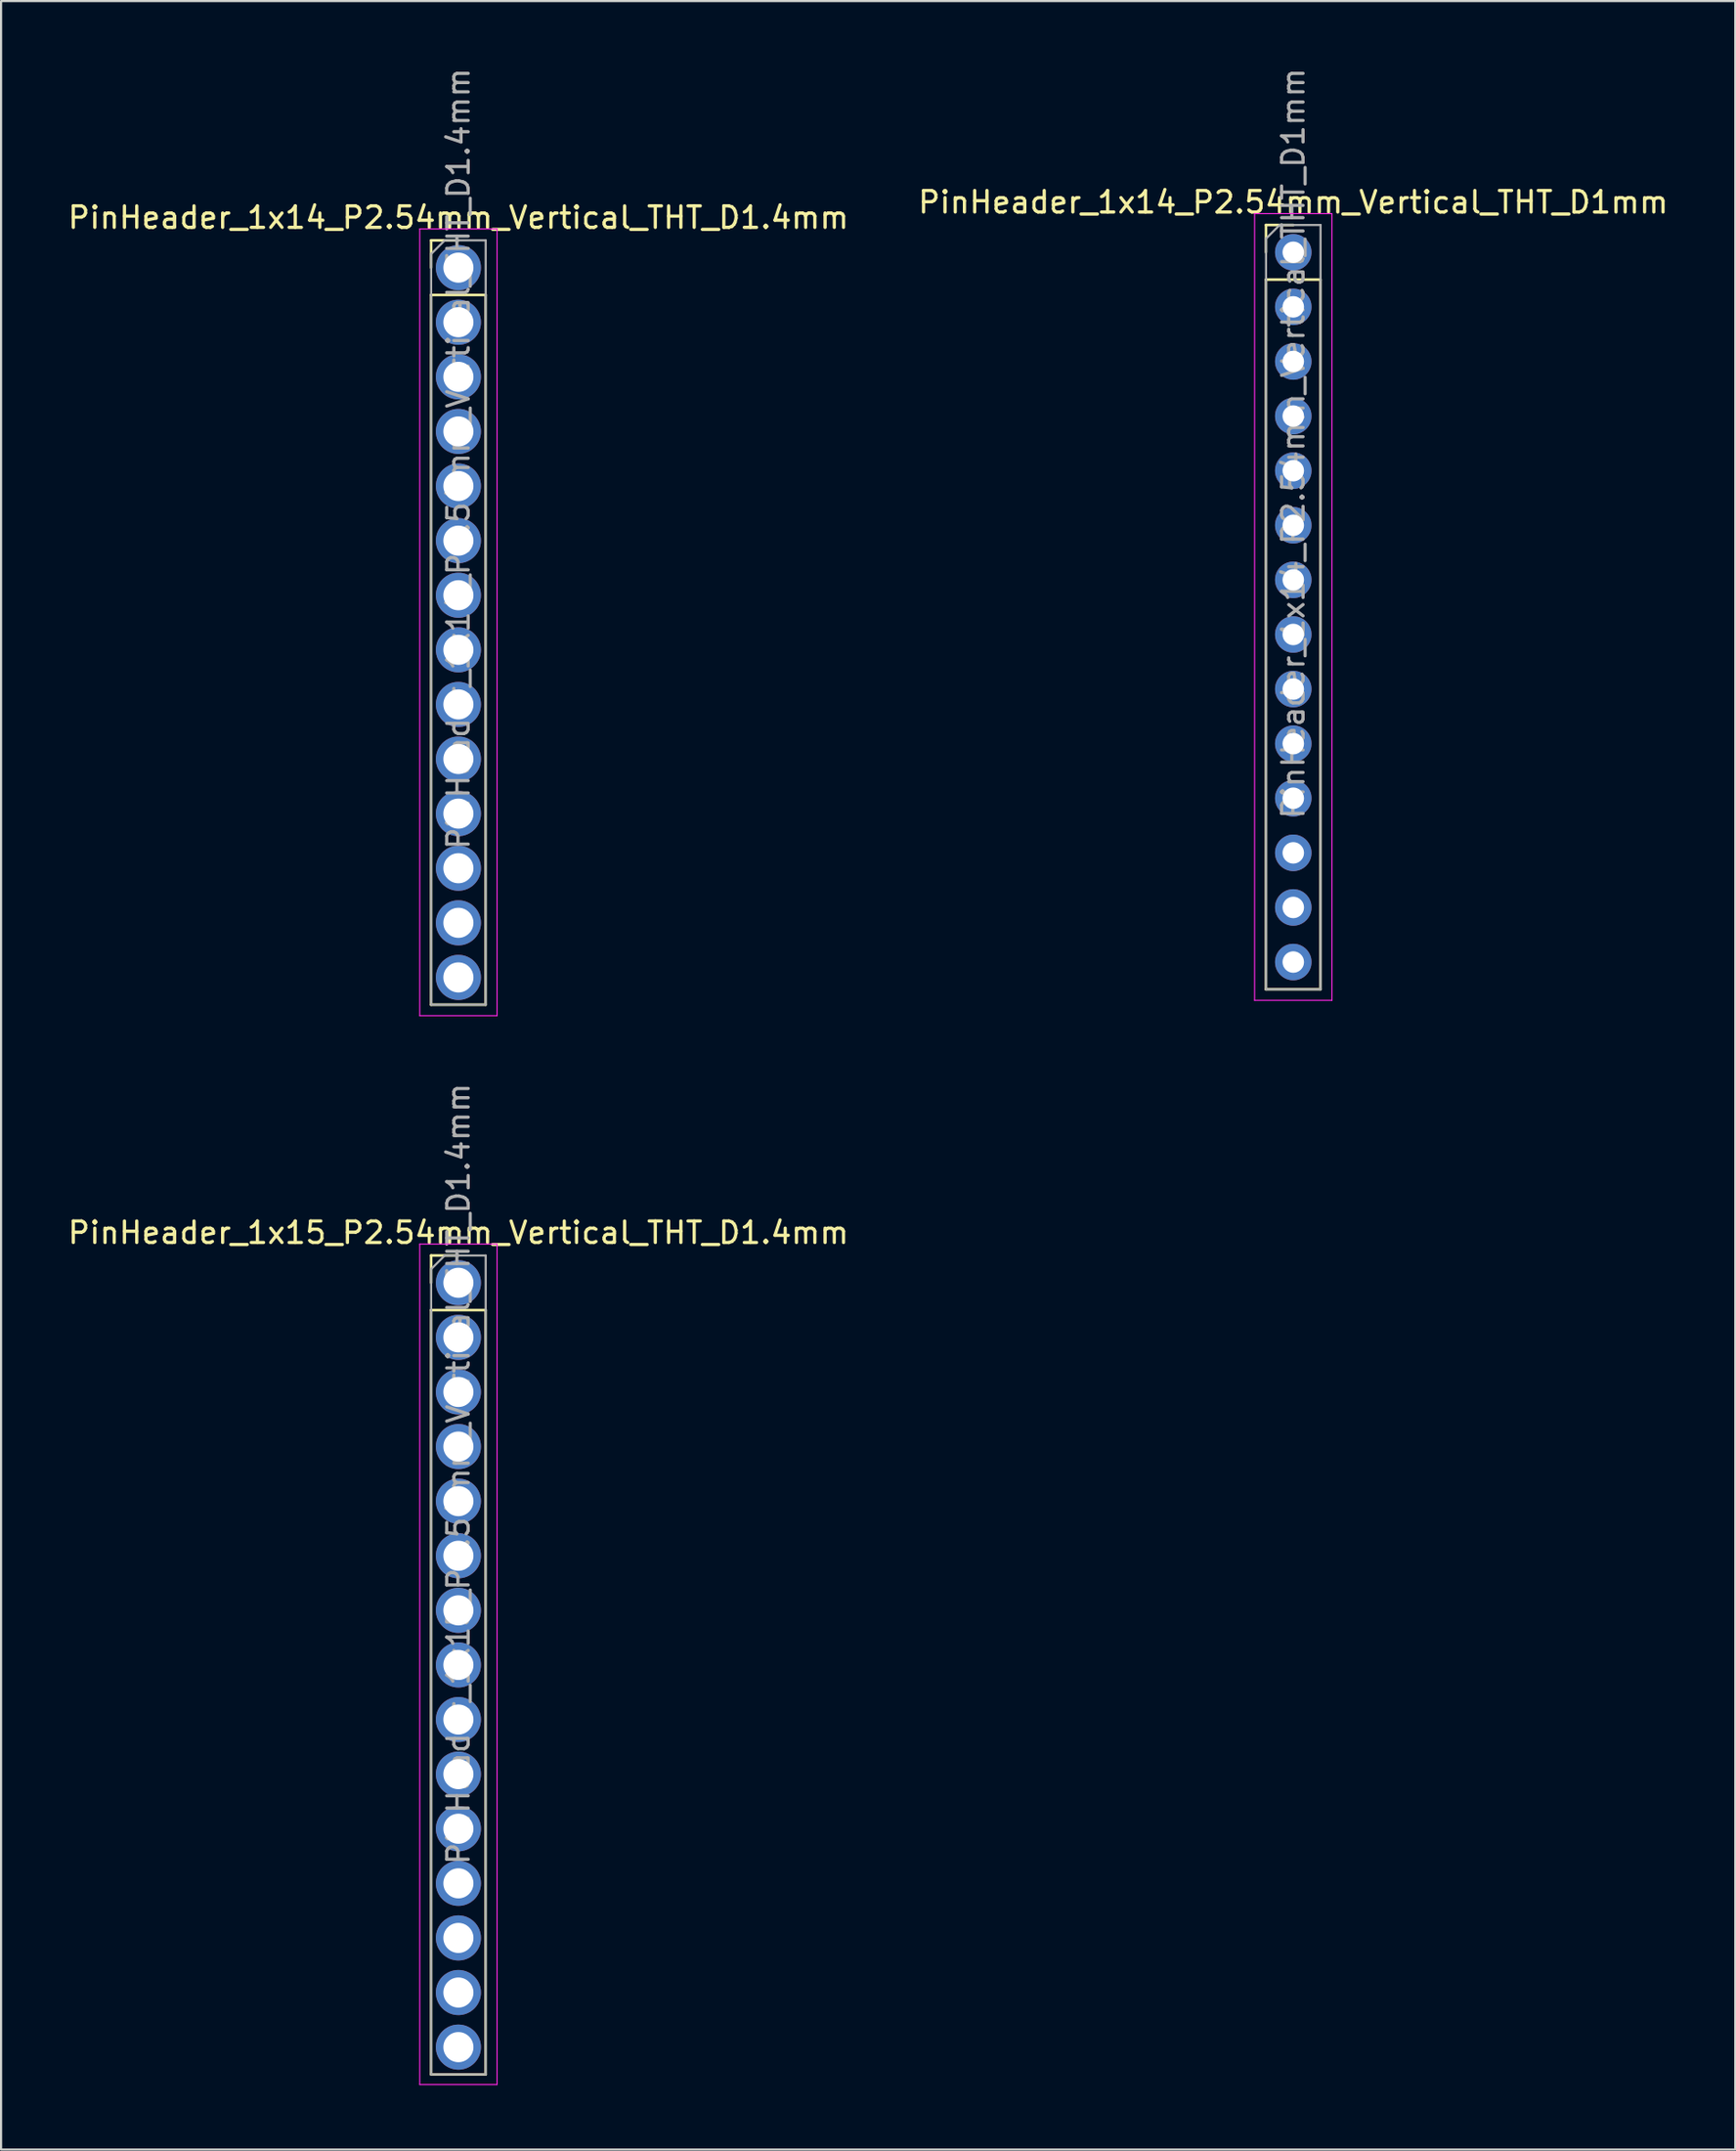
<source format=kicad_pcb>
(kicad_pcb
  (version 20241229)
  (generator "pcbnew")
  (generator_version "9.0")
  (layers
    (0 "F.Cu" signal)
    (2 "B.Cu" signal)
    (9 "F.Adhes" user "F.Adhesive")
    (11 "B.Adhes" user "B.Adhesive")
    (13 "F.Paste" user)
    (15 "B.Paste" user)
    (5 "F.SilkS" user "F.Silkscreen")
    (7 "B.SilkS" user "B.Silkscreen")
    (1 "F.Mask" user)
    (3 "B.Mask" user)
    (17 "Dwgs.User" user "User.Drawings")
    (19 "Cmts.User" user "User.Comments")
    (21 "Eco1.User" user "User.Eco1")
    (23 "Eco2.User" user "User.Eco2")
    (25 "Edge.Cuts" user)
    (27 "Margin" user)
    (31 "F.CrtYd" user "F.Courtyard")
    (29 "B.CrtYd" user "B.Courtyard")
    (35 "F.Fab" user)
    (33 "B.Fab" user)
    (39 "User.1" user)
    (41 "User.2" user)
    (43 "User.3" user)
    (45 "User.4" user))
  (footprint "PinHeader_1x14_P2.54mm_Vertical_THT_D1.4mm"
    (layer "F.Cu")
    (at 18.292 9.402)
    (property "Reference" "PinHeader_1x14_P2.54mm_Vertical_THT_D1.4mm" (at 0 -2.33 0) (layer "F.SilkS") (effects (font (size 1 1) (thickness 0.15))))
    (attr through_hole)
    (fp_line (start -1.27 -1.27) (end 0 -1.27) (stroke (width 0.12) (type solid)) (layer "F.SilkS"))
    (fp_line (start -1.27 0) (end -1.27 -1.27) (stroke (width 0.12) (type solid)) (layer "F.SilkS"))
    (fp_line (start -1.27 1.27) (end -1.27 34.29) (stroke (width 0.12) (type solid)) (layer "F.SilkS"))
    (fp_line (start -1.27 1.27) (end 1.27 1.27) (stroke (width 0.12) (type solid)) (layer "F.SilkS"))
    (fp_line (start -1.27 34.29) (end 1.27 34.29) (stroke (width 0.12) (type solid)) (layer "F.SilkS"))
    (fp_line (start 1.27 1.27) (end 1.27 34.29) (stroke (width 0.12) (type solid)) (layer "F.SilkS"))
    (fp_line (start -1.8 -1.8) (end -1.8 34.8) (stroke (width 0.05) (type solid)) (layer "F.CrtYd"))
    (fp_line (start -1.8 34.8) (end 1.8 34.8) (stroke (width 0.05) (type solid)) (layer "F.CrtYd"))
    (fp_line (start 1.8 -1.8) (end -1.8 -1.8) (stroke (width 0.05) (type solid)) (layer "F.CrtYd"))
    (fp_line (start 1.8 34.8) (end 1.8 -1.8) (stroke (width 0.05) (type solid)) (layer "F.CrtYd"))
    (fp_line (start -1.27 -0.635) (end -0.635 -1.27) (stroke (width 0.1) (type solid)) (layer "F.Fab"))
    (fp_line (start -1.27 34.29) (end -1.27 -0.635) (stroke (width 0.1) (type solid)) (layer "F.Fab"))
    (fp_line (start -0.635 -1.27) (end 1.27 -1.27) (stroke (width 0.1) (type solid)) (layer "F.Fab"))
    (fp_line (start 1.27 -1.27) (end 1.27 34.29) (stroke (width 0.1) (type solid)) (layer "F.Fab"))
    (fp_line (start 1.27 34.29) (end -1.27 34.29) (stroke (width 0.1) (type solid)) (layer "F.Fab"))
    (fp_text user "${REFERENCE}" (at 0 8.89 90) (layer "F.Fab") (effects (font (size 1 1) (thickness 0.15))))
    (pad "1" thru_hole circle (at 0 0) (size 2.1 2.1) (drill 1.4) (layers "*.Cu" "*.Mask"))
    (pad "2" thru_hole circle (at 0 2.54) (size 2.1 2.1) (drill 1.4) (layers "*.Cu" "*.Mask"))
    (pad "3" thru_hole circle (at 0 5.08) (size 2.1 2.1) (drill 1.4) (layers "*.Cu" "*.Mask"))
    (pad "4" thru_hole circle (at 0 7.62) (size 2.1 2.1) (drill 1.4) (layers "*.Cu" "*.Mask"))
    (pad "5" thru_hole circle (at 0 10.16) (size 2.1 2.1) (drill 1.4) (layers "*.Cu" "*.Mask"))
    (pad "6" thru_hole circle (at 0 12.7) (size 2.1 2.1) (drill 1.4) (layers "*.Cu" "*.Mask"))
    (pad "7" thru_hole circle (at 0 15.24) (size 2.1 2.1) (drill 1.4) (layers "*.Cu" "*.Mask"))
    (pad "8" thru_hole circle (at 0 17.78) (size 2.1 2.1) (drill 1.4) (layers "*.Cu" "*.Mask"))
    (pad "9" thru_hole circle (at 0 20.32) (size 2.1 2.1) (drill 1.4) (layers "*.Cu" "*.Mask"))
    (pad "10" thru_hole circle (at 0 22.86) (size 2.1 2.1) (drill 1.4) (layers "*.Cu" "*.Mask"))
    (pad "11" thru_hole circle (at 0 25.4) (size 2.1 2.1) (drill 1.4) (layers "*.Cu" "*.Mask"))
    (pad "12" thru_hole circle (at 0 27.94) (size 2.1 2.1) (drill 1.4) (layers "*.Cu" "*.Mask"))
    (pad "13" thru_hole circle (at 0 30.48) (size 2.1 2.1) (drill 1.4) (layers "*.Cu" "*.Mask"))
    (pad "14" thru_hole circle (at 0 33.02) (size 2.1 2.1) (drill 1.4) (layers "*.Cu" "*.Mask")))
  (footprint "PinHeader_1x14_P2.54mm_Vertical_THT_D1mm"
    (layer "F.Cu")
    (at 57.161 8.687)
    (property "Reference" "PinHeader_1x14_P2.54mm_Vertical_THT_D1mm" (at 0 -2.33 0) (layer "F.SilkS") (effects (font (size 1 1) (thickness 0.15))))
    (attr through_hole)
    (fp_line (start -1.27 -1.27) (end 0 -1.27) (stroke (width 0.12) (type solid)) (layer "F.SilkS"))
    (fp_line (start -1.27 0) (end -1.27 -1.27) (stroke (width 0.12) (type solid)) (layer "F.SilkS"))
    (fp_line (start -1.27 1.27) (end -1.27 34.29) (stroke (width 0.12) (type solid)) (layer "F.SilkS"))
    (fp_line (start -1.27 1.27) (end 1.27 1.27) (stroke (width 0.12) (type solid)) (layer "F.SilkS"))
    (fp_line (start -1.27 34.29) (end 1.27 34.29) (stroke (width 0.12) (type solid)) (layer "F.SilkS"))
    (fp_line (start 1.27 1.27) (end 1.27 34.29) (stroke (width 0.12) (type solid)) (layer "F.SilkS"))
    (fp_line (start -1.8 -1.8) (end -1.8 34.8) (stroke (width 0.05) (type solid)) (layer "F.CrtYd"))
    (fp_line (start -1.8 34.8) (end 1.8 34.8) (stroke (width 0.05) (type solid)) (layer "F.CrtYd"))
    (fp_line (start 1.8 -1.8) (end -1.8 -1.8) (stroke (width 0.05) (type solid)) (layer "F.CrtYd"))
    (fp_line (start 1.8 34.8) (end 1.8 -1.8) (stroke (width 0.05) (type solid)) (layer "F.CrtYd"))
    (fp_line (start -1.27 -0.635) (end -0.635 -1.27) (stroke (width 0.1) (type solid)) (layer "F.Fab"))
    (fp_line (start -1.27 34.29) (end -1.27 -0.635) (stroke (width 0.1) (type solid)) (layer "F.Fab"))
    (fp_line (start -0.635 -1.27) (end 1.27 -1.27) (stroke (width 0.1) (type solid)) (layer "F.Fab"))
    (fp_line (start 1.27 -1.27) (end 1.27 34.29) (stroke (width 0.1) (type solid)) (layer "F.Fab"))
    (fp_line (start 1.27 34.29) (end -1.27 34.29) (stroke (width 0.1) (type solid)) (layer "F.Fab"))
    (fp_text user "${REFERENCE}" (at 0 8.89 90) (layer "F.Fab") (effects (font (size 1 1) (thickness 0.15))))
    (pad "1" thru_hole circle (at 0 0) (size 1.7 1.7) (drill 1) (layers "*.Cu" "*.Mask"))
    (pad "2" thru_hole oval (at 0 2.54) (size 1.7 1.7) (drill 1) (layers "*.Cu" "*.Mask"))
    (pad "3" thru_hole oval (at 0 5.08) (size 1.7 1.7) (drill 1) (layers "*.Cu" "*.Mask"))
    (pad "4" thru_hole oval (at 0 7.62) (size 1.7 1.7) (drill 1) (layers "*.Cu" "*.Mask"))
    (pad "5" thru_hole oval (at 0 10.16) (size 1.7 1.7) (drill 1) (layers "*.Cu" "*.Mask"))
    (pad "6" thru_hole oval (at 0 12.7) (size 1.7 1.7) (drill 1) (layers "*.Cu" "*.Mask"))
    (pad "7" thru_hole oval (at 0 15.24) (size 1.7 1.7) (drill 1) (layers "*.Cu" "*.Mask"))
    (pad "8" thru_hole oval (at 0 17.78) (size 1.7 1.7) (drill 1) (layers "*.Cu" "*.Mask"))
    (pad "9" thru_hole oval (at 0 20.32) (size 1.7 1.7) (drill 1) (layers "*.Cu" "*.Mask"))
    (pad "10" thru_hole oval (at 0 22.86) (size 1.7 1.7) (drill 1) (layers "*.Cu" "*.Mask"))
    (pad "11" thru_hole oval (at 0 25.4) (size 1.7 1.7) (drill 1) (layers "*.Cu" "*.Mask"))
    (pad "12" thru_hole oval (at 0 27.94) (size 1.7 1.7) (drill 1) (layers "*.Cu" "*.Mask"))
    (pad "13" thru_hole oval (at 0 30.48) (size 1.7 1.7) (drill 1) (layers "*.Cu" "*.Mask"))
    (pad "14" thru_hole oval (at 0 33.02) (size 1.7 1.7) (drill 1) (layers "*.Cu" "*.Mask")))
  (footprint "PinHeader_1x15_P2.54mm_Vertical_THT_D1.4mm"
    (layer "F.Cu")
    (at 18.292 56.628)
    (property "Reference" "PinHeader_1x15_P2.54mm_Vertical_THT_D1.4mm" (at 0 -2.33 0) (layer "F.SilkS") (effects (font (size 1 1) (thickness 0.15))))
    (attr through_hole)
    (fp_line (start -1.27 -1.27) (end 0 -1.27) (stroke (width 0.12) (type solid)) (layer "F.SilkS"))
    (fp_line (start -1.27 0) (end -1.27 -1.27) (stroke (width 0.12) (type solid)) (layer "F.SilkS"))
    (fp_line (start -1.27 1.27) (end -1.27 36.83) (stroke (width 0.12) (type solid)) (layer "F.SilkS"))
    (fp_line (start -1.27 1.27) (end 1.27 1.27) (stroke (width 0.12) (type solid)) (layer "F.SilkS"))
    (fp_line (start -1.27 36.83) (end 1.27 36.83) (stroke (width 0.12) (type solid)) (layer "F.SilkS"))
    (fp_line (start 1.27 1.27) (end 1.27 36.83) (stroke (width 0.12) (type solid)) (layer "F.SilkS"))
    (fp_line (start -1.8 -1.8) (end -1.8 37.3) (stroke (width 0.05) (type solid)) (layer "F.CrtYd"))
    (fp_line (start -1.8 37.3) (end 1.8 37.3) (stroke (width 0.05) (type solid)) (layer "F.CrtYd"))
    (fp_line (start 1.8 -1.8) (end -1.8 -1.8) (stroke (width 0.05) (type solid)) (layer "F.CrtYd"))
    (fp_line (start 1.8 37.3) (end 1.8 -1.8) (stroke (width 0.05) (type solid)) (layer "F.CrtYd"))
    (fp_line (start -1.27 -0.635) (end -0.635 -1.27) (stroke (width 0.1) (type solid)) (layer "F.Fab"))
    (fp_line (start -1.27 36.83) (end -1.27 -0.635) (stroke (width 0.1) (type solid)) (layer "F.Fab"))
    (fp_line (start -0.635 -1.27) (end 1.27 -1.27) (stroke (width 0.1) (type solid)) (layer "F.Fab"))
    (fp_line (start 1.27 -1.27) (end 1.27 36.83) (stroke (width 0.1) (type solid)) (layer "F.Fab"))
    (fp_line (start 1.27 36.83) (end -1.27 36.83) (stroke (width 0.1) (type solid)) (layer "F.Fab"))
    (fp_text user "${REFERENCE}" (at 0 8.89 90) (layer "F.Fab") (effects (font (size 1 1) (thickness 0.15))))
    (pad "1" thru_hole circle (at 0 0) (size 2.1 2.1) (drill 1.4) (layers "*.Cu" "*.Mask"))
    (pad "2" thru_hole circle (at 0 2.54) (size 2.1 2.1) (drill 1.4) (layers "*.Cu" "*.Mask"))
    (pad "3" thru_hole circle (at 0 5.08) (size 2.1 2.1) (drill 1.4) (layers "*.Cu" "*.Mask"))
    (pad "4" thru_hole circle (at 0 7.62) (size 2.1 2.1) (drill 1.4) (layers "*.Cu" "*.Mask"))
    (pad "5" thru_hole circle (at 0 10.16) (size 2.1 2.1) (drill 1.4) (layers "*.Cu" "*.Mask"))
    (pad "6" thru_hole circle (at 0 12.7) (size 2.1 2.1) (drill 1.4) (layers "*.Cu" "*.Mask"))
    (pad "7" thru_hole circle (at 0 15.24) (size 2.1 2.1) (drill 1.4) (layers "*.Cu" "*.Mask"))
    (pad "8" thru_hole circle (at 0 17.78) (size 2.1 2.1) (drill 1.4) (layers "*.Cu" "*.Mask"))
    (pad "9" thru_hole circle (at 0 20.32) (size 2.1 2.1) (drill 1.4) (layers "*.Cu" "*.Mask"))
    (pad "10" thru_hole circle (at 0 22.86) (size 2.1 2.1) (drill 1.4) (layers "*.Cu" "*.Mask"))
    (pad "11" thru_hole circle (at 0 25.4) (size 2.1 2.1) (drill 1.4) (layers "*.Cu" "*.Mask"))
    (pad "12" thru_hole circle (at 0 27.94) (size 2.1 2.1) (drill 1.4) (layers "*.Cu" "*.Mask"))
    (pad "13" thru_hole circle (at 0 30.48) (size 2.1 2.1) (drill 1.4) (layers "*.Cu" "*.Mask"))
    (pad "14" thru_hole circle (at 0 33.02) (size 2.1 2.1) (drill 1.4) (layers "*.Cu" "*.Mask"))
    (pad "15" thru_hole circle (at 0 35.56) (size 2.1 2.1) (drill 1.4) (layers "*.Cu" "*.Mask")))
  (gr_rect
    (start -3 -3)
    (end 77.738 96.953)
    (stroke (width 0.1) (type default))
    (fill no)
    (layer "Edge.Cuts")))
</source>
